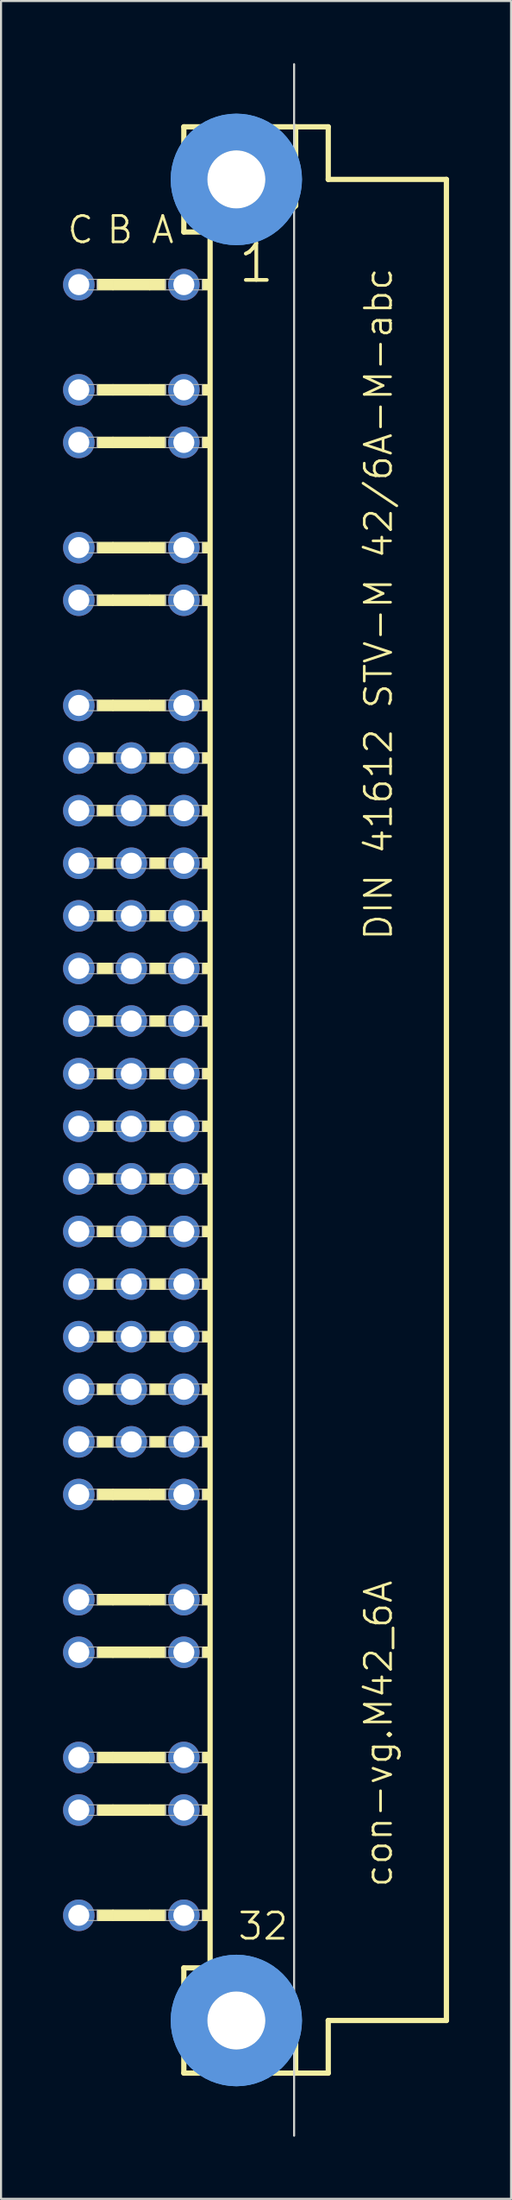
<source format=kicad_pcb>
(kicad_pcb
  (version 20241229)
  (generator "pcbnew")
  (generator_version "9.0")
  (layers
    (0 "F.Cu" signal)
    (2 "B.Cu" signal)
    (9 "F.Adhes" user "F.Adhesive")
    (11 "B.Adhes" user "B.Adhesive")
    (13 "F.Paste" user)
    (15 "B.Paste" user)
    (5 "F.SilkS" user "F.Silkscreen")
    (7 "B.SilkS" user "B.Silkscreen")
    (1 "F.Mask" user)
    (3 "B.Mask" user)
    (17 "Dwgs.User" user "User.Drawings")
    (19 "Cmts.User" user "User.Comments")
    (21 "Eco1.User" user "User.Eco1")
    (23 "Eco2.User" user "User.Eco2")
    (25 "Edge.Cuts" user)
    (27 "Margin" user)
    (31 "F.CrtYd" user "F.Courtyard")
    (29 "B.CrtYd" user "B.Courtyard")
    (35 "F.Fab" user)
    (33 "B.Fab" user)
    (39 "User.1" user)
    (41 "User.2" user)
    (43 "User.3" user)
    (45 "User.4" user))
  (footprint "con-vg.M42_6A"
    (layer "F.Cu")
    (at 8.382 50.063)
    (property "Reference" "con-vg.M42_6A" (at 7.62 38.1 90) (layer "F.SilkS") (effects (font (size 1.27 1.27) (thickness 0.13)) (justify left bottom)))
    (attr through_hole)
    (fp_line (start -2.54 -46.99) (end -2.54 -41.91) (stroke (width 0.254) (type default)) (layer "F.SilkS"))
    (fp_line (start -2.54 -41.91) (end -1.27 -41.91) (stroke (width 0.254) (type default)) (layer "F.SilkS"))
    (fp_line (start -2.54 41.91) (end -2.54 46.99) (stroke (width 0.254) (type default)) (layer "F.SilkS"))
    (fp_line (start -2.54 41.91) (end -1.27 41.91) (stroke (width 0.254) (type default)) (layer "F.SilkS"))
    (fp_line (start -2.54 46.99) (end 2.87 46.99) (stroke (width 0.254) (type default)) (layer "F.SilkS"))
    (fp_line (start -1.27 -41.91) (end -1.27 41.91) (stroke (width 0.254) (type default)) (layer "F.SilkS"))
    (fp_line (start -1.27 -41.91) (end 1.6 -41.91) (stroke (width 0.254) (type default)) (layer "F.SilkS"))
    (fp_line (start -1.27 41.91) (end 1.27 41.91) (stroke (width 0.254) (type default)) (layer "F.SilkS"))
    (fp_line (start 1.6 -41.91) (end 2.87 -43.18) (stroke (width 0.254) (type default)) (layer "F.SilkS"))
    (fp_line (start 2.87 -46.99) (end -2.54 -46.99) (stroke (width 0.254) (type default)) (layer "F.SilkS"))
    (fp_line (start 2.87 -43.18) (end 2.87 -46.99) (stroke (width 0.254) (type default)) (layer "F.SilkS"))
    (fp_line (start 2.87 43.51) (end 1.27 41.91) (stroke (width 0.254) (type default)) (layer "F.SilkS"))
    (fp_line (start 2.87 43.51) (end 2.87 46.99) (stroke (width 0.254) (type default)) (layer "F.SilkS"))
    (fp_line (start 2.87 46.99) (end 4.445 46.99) (stroke (width 0.254) (type default)) (layer "F.SilkS"))
    (fp_line (start 4.445 -46.99) (end 2.87 -46.99) (stroke (width 0.254) (type default)) (layer "F.SilkS"))
    (fp_line (start 4.445 -44.45) (end 4.445 -46.99) (stroke (width 0.254) (type default)) (layer "F.SilkS"))
    (fp_line (start 4.445 44.45) (end 10.16 44.45) (stroke (width 0.254) (type default)) (layer "F.SilkS"))
    (fp_line (start 4.445 46.99) (end 4.445 44.45) (stroke (width 0.254) (type default)) (layer "F.SilkS"))
    (fp_line (start 10.16 -44.45) (end 4.445 -44.45) (stroke (width 0.254) (type default)) (layer "F.SilkS"))
    (fp_line (start 10.16 44.45) (end 10.16 -44.45) (stroke (width 0.254) (type default)) (layer "F.SilkS"))
    (fp_rect (start -6.731 -39.116) (end -5.969 -39.624) (stroke (width 0.05) (type default)) (fill yes) (layer "F.SilkS"))
    (fp_rect (start -6.731 -34.036) (end -5.969 -34.544) (stroke (width 0.05) (type default)) (fill yes) (layer "F.SilkS"))
    (fp_rect (start -6.731 -31.496) (end -5.969 -32.004) (stroke (width 0.05) (type default)) (fill yes) (layer "F.SilkS"))
    (fp_rect (start -6.731 -26.416) (end -5.969 -26.924) (stroke (width 0.05) (type default)) (fill yes) (layer "F.SilkS"))
    (fp_rect (start -6.731 -23.876) (end -5.969 -24.384) (stroke (width 0.05) (type default)) (fill yes) (layer "F.SilkS"))
    (fp_rect (start -6.731 -18.796) (end -5.969 -19.304) (stroke (width 0.05) (type default)) (fill yes) (layer "F.SilkS"))
    (fp_rect (start -6.731 -16.256) (end -5.969 -16.764) (stroke (width 0.05) (type default)) (fill yes) (layer "F.SilkS"))
    (fp_rect (start -6.731 -13.716) (end -5.969 -14.224) (stroke (width 0.05) (type default)) (fill yes) (layer "F.SilkS"))
    (fp_rect (start -6.731 -11.176) (end -5.969 -11.684) (stroke (width 0.05) (type default)) (fill yes) (layer "F.SilkS"))
    (fp_rect (start -6.731 -8.636) (end -5.969 -9.144) (stroke (width 0.05) (type default)) (fill yes) (layer "F.SilkS"))
    (fp_rect (start -6.731 -6.096) (end -5.969 -6.604) (stroke (width 0.05) (type default)) (fill yes) (layer "F.SilkS"))
    (fp_rect (start -6.731 -3.556) (end -5.969 -4.064) (stroke (width 0.05) (type default)) (fill yes) (layer "F.SilkS"))
    (fp_rect (start -6.731 -1.016) (end -5.969 -1.524) (stroke (width 0.05) (type default)) (fill yes) (layer "F.SilkS"))
    (fp_rect (start -6.731 1.524) (end -5.969 1.016) (stroke (width 0.05) (type default)) (fill yes) (layer "F.SilkS"))
    (fp_rect (start -6.731 4.064) (end -5.969 3.556) (stroke (width 0.05) (type default)) (fill yes) (layer "F.SilkS"))
    (fp_rect (start -6.731 6.604) (end -5.969 6.096) (stroke (width 0.05) (type default)) (fill yes) (layer "F.SilkS"))
    (fp_rect (start -6.731 9.144) (end -5.969 8.636) (stroke (width 0.05) (type default)) (fill yes) (layer "F.SilkS"))
    (fp_rect (start -6.731 11.684) (end -5.969 11.176) (stroke (width 0.05) (type default)) (fill yes) (layer "F.SilkS"))
    (fp_rect (start -6.731 14.224) (end -5.969 13.716) (stroke (width 0.05) (type default)) (fill yes) (layer "F.SilkS"))
    (fp_rect (start -6.731 16.764) (end -5.969 16.256) (stroke (width 0.05) (type default)) (fill yes) (layer "F.SilkS"))
    (fp_rect (start -6.731 19.304) (end -5.969 18.796) (stroke (width 0.05) (type default)) (fill yes) (layer "F.SilkS"))
    (fp_rect (start -6.731 24.384) (end -5.969 23.876) (stroke (width 0.05) (type default)) (fill yes) (layer "F.SilkS"))
    (fp_rect (start -6.731 26.924) (end -5.969 26.416) (stroke (width 0.05) (type default)) (fill yes) (layer "F.SilkS"))
    (fp_rect (start -6.731 32.004) (end -5.969 31.496) (stroke (width 0.05) (type default)) (fill yes) (layer "F.SilkS"))
    (fp_rect (start -6.731 34.544) (end -5.969 34.036) (stroke (width 0.05) (type default)) (fill yes) (layer "F.SilkS"))
    (fp_rect (start -6.731 39.624) (end -5.969 39.116) (stroke (width 0.05) (type default)) (fill yes) (layer "F.SilkS"))
    (fp_rect (start -5.969 -39.116) (end -4.191 -39.624) (stroke (width 0.05) (type default)) (fill yes) (layer "F.SilkS"))
    (fp_rect (start -5.969 -34.036) (end -4.191 -34.544) (stroke (width 0.05) (type default)) (fill yes) (layer "F.SilkS"))
    (fp_rect (start -5.969 -31.496) (end -4.191 -32.004) (stroke (width 0.05) (type default)) (fill yes) (layer "F.SilkS"))
    (fp_rect (start -5.969 -26.416) (end -4.191 -26.924) (stroke (width 0.05) (type default)) (fill yes) (layer "F.SilkS"))
    (fp_rect (start -5.969 -23.876) (end -4.191 -24.384) (stroke (width 0.05) (type default)) (fill yes) (layer "F.SilkS"))
    (fp_rect (start -5.969 -18.796) (end -4.191 -19.304) (stroke (width 0.05) (type default)) (fill yes) (layer "F.SilkS"))
    (fp_rect (start -5.969 19.304) (end -4.191 18.796) (stroke (width 0.05) (type default)) (fill yes) (layer "F.SilkS"))
    (fp_rect (start -5.969 24.384) (end -4.191 23.876) (stroke (width 0.05) (type default)) (fill yes) (layer "F.SilkS"))
    (fp_rect (start -5.969 26.924) (end -4.191 26.416) (stroke (width 0.05) (type default)) (fill yes) (layer "F.SilkS"))
    (fp_rect (start -5.969 32.004) (end -4.191 31.496) (stroke (width 0.05) (type default)) (fill yes) (layer "F.SilkS"))
    (fp_rect (start -5.969 34.544) (end -4.191 34.036) (stroke (width 0.05) (type default)) (fill yes) (layer "F.SilkS"))
    (fp_rect (start -5.969 39.624) (end -4.191 39.116) (stroke (width 0.05) (type default)) (fill yes) (layer "F.SilkS"))
    (fp_rect (start -4.191 -39.116) (end -3.429 -39.624) (stroke (width 0.05) (type default)) (fill yes) (layer "F.SilkS"))
    (fp_rect (start -4.191 -34.036) (end -3.429 -34.544) (stroke (width 0.05) (type default)) (fill yes) (layer "F.SilkS"))
    (fp_rect (start -4.191 -31.496) (end -3.429 -32.004) (stroke (width 0.05) (type default)) (fill yes) (layer "F.SilkS"))
    (fp_rect (start -4.191 -26.416) (end -3.429 -26.924) (stroke (width 0.05) (type default)) (fill yes) (layer "F.SilkS"))
    (fp_rect (start -4.191 -23.876) (end -3.429 -24.384) (stroke (width 0.05) (type default)) (fill yes) (layer "F.SilkS"))
    (fp_rect (start -4.191 -18.796) (end -3.429 -19.304) (stroke (width 0.05) (type default)) (fill yes) (layer "F.SilkS"))
    (fp_rect (start -4.191 -16.256) (end -3.429 -16.764) (stroke (width 0.05) (type default)) (fill yes) (layer "F.SilkS"))
    (fp_rect (start -4.191 -13.716) (end -3.429 -14.224) (stroke (width 0.05) (type default)) (fill yes) (layer "F.SilkS"))
    (fp_rect (start -4.191 -11.176) (end -3.429 -11.684) (stroke (width 0.05) (type default)) (fill yes) (layer "F.SilkS"))
    (fp_rect (start -4.191 -8.636) (end -3.429 -9.144) (stroke (width 0.05) (type default)) (fill yes) (layer "F.SilkS"))
    (fp_rect (start -4.191 -6.096) (end -3.429 -6.604) (stroke (width 0.05) (type default)) (fill yes) (layer "F.SilkS"))
    (fp_rect (start -4.191 -3.556) (end -3.429 -4.064) (stroke (width 0.05) (type default)) (fill yes) (layer "F.SilkS"))
    (fp_rect (start -4.191 -1.016) (end -3.429 -1.524) (stroke (width 0.05) (type default)) (fill yes) (layer "F.SilkS"))
    (fp_rect (start -4.191 1.524) (end -3.429 1.016) (stroke (width 0.05) (type default)) (fill yes) (layer "F.SilkS"))
    (fp_rect (start -4.191 4.064) (end -3.429 3.556) (stroke (width 0.05) (type default)) (fill yes) (layer "F.SilkS"))
    (fp_rect (start -4.191 6.604) (end -3.429 6.096) (stroke (width 0.05) (type default)) (fill yes) (layer "F.SilkS"))
    (fp_rect (start -4.191 9.144) (end -3.429 8.636) (stroke (width 0.05) (type default)) (fill yes) (layer "F.SilkS"))
    (fp_rect (start -4.191 11.684) (end -3.429 11.176) (stroke (width 0.05) (type default)) (fill yes) (layer "F.SilkS"))
    (fp_rect (start -4.191 14.224) (end -3.429 13.716) (stroke (width 0.05) (type default)) (fill yes) (layer "F.SilkS"))
    (fp_rect (start -4.191 16.764) (end -3.429 16.256) (stroke (width 0.05) (type default)) (fill yes) (layer "F.SilkS"))
    (fp_rect (start -4.191 19.304) (end -3.429 18.796) (stroke (width 0.05) (type default)) (fill yes) (layer "F.SilkS"))
    (fp_rect (start -4.191 24.384) (end -3.429 23.876) (stroke (width 0.05) (type default)) (fill yes) (layer "F.SilkS"))
    (fp_rect (start -4.191 26.924) (end -3.429 26.416) (stroke (width 0.05) (type default)) (fill yes) (layer "F.SilkS"))
    (fp_rect (start -4.191 32.004) (end -3.429 31.496) (stroke (width 0.05) (type default)) (fill yes) (layer "F.SilkS"))
    (fp_rect (start -4.191 34.544) (end -3.429 34.036) (stroke (width 0.05) (type default)) (fill yes) (layer "F.SilkS"))
    (fp_rect (start -4.191 39.624) (end -3.429 39.116) (stroke (width 0.05) (type default)) (fill yes) (layer "F.SilkS"))
    (fp_rect (start -1.651 -39.116) (end -1.27 -39.624) (stroke (width 0.05) (type default)) (fill yes) (layer "F.SilkS"))
    (fp_rect (start -1.651 -34.036) (end -1.27 -34.544) (stroke (width 0.05) (type default)) (fill yes) (layer "F.SilkS"))
    (fp_rect (start -1.651 -31.496) (end -1.27 -32.004) (stroke (width 0.05) (type default)) (fill yes) (layer "F.SilkS"))
    (fp_rect (start -1.651 -26.416) (end -1.27 -26.924) (stroke (width 0.05) (type default)) (fill yes) (layer "F.SilkS"))
    (fp_rect (start -1.651 -23.876) (end -1.27 -24.384) (stroke (width 0.05) (type default)) (fill yes) (layer "F.SilkS"))
    (fp_rect (start -1.651 -18.796) (end -1.27 -19.304) (stroke (width 0.05) (type default)) (fill yes) (layer "F.SilkS"))
    (fp_rect (start -1.651 -16.256) (end -1.27 -16.764) (stroke (width 0.05) (type default)) (fill yes) (layer "F.SilkS"))
    (fp_rect (start -1.651 -13.716) (end -1.27 -14.224) (stroke (width 0.05) (type default)) (fill yes) (layer "F.SilkS"))
    (fp_rect (start -1.651 -11.176) (end -1.27 -11.684) (stroke (width 0.05) (type default)) (fill yes) (layer "F.SilkS"))
    (fp_rect (start -1.651 -8.636) (end -1.27 -9.144) (stroke (width 0.05) (type default)) (fill yes) (layer "F.SilkS"))
    (fp_rect (start -1.651 -6.096) (end -1.27 -6.604) (stroke (width 0.05) (type default)) (fill yes) (layer "F.SilkS"))
    (fp_rect (start -1.651 -3.556) (end -1.27 -4.064) (stroke (width 0.05) (type default)) (fill yes) (layer "F.SilkS"))
    (fp_rect (start -1.651 -1.016) (end -1.27 -1.524) (stroke (width 0.05) (type default)) (fill yes) (layer "F.SilkS"))
    (fp_rect (start -1.651 1.524) (end -1.27 1.016) (stroke (width 0.05) (type default)) (fill yes) (layer "F.SilkS"))
    (fp_rect (start -1.651 4.064) (end -1.27 3.556) (stroke (width 0.05) (type default)) (fill yes) (layer "F.SilkS"))
    (fp_rect (start -1.651 6.604) (end -1.27 6.096) (stroke (width 0.05) (type default)) (fill yes) (layer "F.SilkS"))
    (fp_rect (start -1.651 9.144) (end -1.27 8.636) (stroke (width 0.05) (type default)) (fill yes) (layer "F.SilkS"))
    (fp_rect (start -1.651 11.684) (end -1.27 11.176) (stroke (width 0.05) (type default)) (fill yes) (layer "F.SilkS"))
    (fp_rect (start -1.651 14.224) (end -1.27 13.716) (stroke (width 0.05) (type default)) (fill yes) (layer "F.SilkS"))
    (fp_rect (start -1.651 16.764) (end -1.27 16.256) (stroke (width 0.05) (type default)) (fill yes) (layer "F.SilkS"))
    (fp_rect (start -1.651 19.304) (end -1.27 18.796) (stroke (width 0.05) (type default)) (fill yes) (layer "F.SilkS"))
    (fp_rect (start -1.651 24.384) (end -1.27 23.876) (stroke (width 0.05) (type default)) (fill yes) (layer "F.SilkS"))
    (fp_rect (start -1.651 26.924) (end -1.27 26.416) (stroke (width 0.05) (type default)) (fill yes) (layer "F.SilkS"))
    (fp_rect (start -1.651 32.004) (end -1.27 31.496) (stroke (width 0.05) (type default)) (fill yes) (layer "F.SilkS"))
    (fp_rect (start -1.651 34.544) (end -1.27 34.036) (stroke (width 0.05) (type default)) (fill yes) (layer "F.SilkS"))
    (fp_rect (start -1.651 39.624) (end -1.27 39.116) (stroke (width 0.05) (type default)) (fill yes) (layer "F.SilkS"))
    (fp_circle (center 0 -44.45) (end 1.27 -44.45) (stroke (width 0.254) (type default)) (fill no) (layer "F.SilkS"))
    (fp_circle (center 0 44.45) (end 1.27 44.45) (stroke (width 0.254) (type default)) (fill no) (layer "F.SilkS"))
    (fp_circle (center 0 -44.45) (end 2.286 -44.45) (stroke (width 1.778) (type default)) (fill no) (layer "Cmts.User"))
    (fp_circle (center 0 -44.45) (end 2.286 -44.45) (stroke (width 1.778) (type default)) (fill no) (layer "Cmts.User"))
    (fp_circle (center 0 44.45) (end 2.286 44.45) (stroke (width 1.778) (type default)) (fill no) (layer "Cmts.User"))
    (fp_circle (center 0 44.45) (end 2.286 44.45) (stroke (width 1.778) (type default)) (fill no) (layer "Cmts.User"))
    (fp_line (start 2.794 50.013) (end 2.794 -50.013) (stroke (width 0.1) (type default)) (layer "Edge.Cuts"))
    (fp_rect (start -7.874 -39.116) (end -6.731 -39.624) (stroke (width 0.05) (type default)) (fill no) (layer "F.Fab"))
    (fp_rect (start -7.874 -34.036) (end -6.731 -34.544) (stroke (width 0.05) (type default)) (fill no) (layer "F.Fab"))
    (fp_rect (start -7.874 -31.496) (end -6.731 -32.004) (stroke (width 0.05) (type default)) (fill no) (layer "F.Fab"))
    (fp_rect (start -7.874 -26.416) (end -6.731 -26.924) (stroke (width 0.05) (type default)) (fill no) (layer "F.Fab"))
    (fp_rect (start -7.874 -23.876) (end -6.731 -24.384) (stroke (width 0.05) (type default)) (fill no) (layer "F.Fab"))
    (fp_rect (start -7.874 -18.796) (end -6.731 -19.304) (stroke (width 0.05) (type default)) (fill no) (layer "F.Fab"))
    (fp_rect (start -7.874 -16.256) (end -6.731 -16.764) (stroke (width 0.05) (type default)) (fill no) (layer "F.Fab"))
    (fp_rect (start -7.874 -13.716) (end -6.731 -14.224) (stroke (width 0.05) (type default)) (fill no) (layer "F.Fab"))
    (fp_rect (start -7.874 -11.176) (end -6.731 -11.684) (stroke (width 0.05) (type default)) (fill no) (layer "F.Fab"))
    (fp_rect (start -7.874 -8.636) (end -6.731 -9.144) (stroke (width 0.05) (type default)) (fill no) (layer "F.Fab"))
    (fp_rect (start -7.874 -6.096) (end -6.731 -6.604) (stroke (width 0.05) (type default)) (fill no) (layer "F.Fab"))
    (fp_rect (start -7.874 -3.556) (end -6.731 -4.064) (stroke (width 0.05) (type default)) (fill no) (layer "F.Fab"))
    (fp_rect (start -7.874 -1.016) (end -6.731 -1.524) (stroke (width 0.05) (type default)) (fill no) (layer "F.Fab"))
    (fp_rect (start -7.874 1.524) (end -6.731 1.016) (stroke (width 0.05) (type default)) (fill no) (layer "F.Fab"))
    (fp_rect (start -7.874 4.064) (end -6.731 3.556) (stroke (width 0.05) (type default)) (fill no) (layer "F.Fab"))
    (fp_rect (start -7.874 6.604) (end -6.731 6.096) (stroke (width 0.05) (type default)) (fill no) (layer "F.Fab"))
    (fp_rect (start -7.874 9.144) (end -6.731 8.636) (stroke (width 0.05) (type default)) (fill no) (layer "F.Fab"))
    (fp_rect (start -7.874 11.684) (end -6.731 11.176) (stroke (width 0.05) (type default)) (fill no) (layer "F.Fab"))
    (fp_rect (start -7.874 14.224) (end -6.731 13.716) (stroke (width 0.05) (type default)) (fill no) (layer "F.Fab"))
    (fp_rect (start -7.874 16.764) (end -6.731 16.256) (stroke (width 0.05) (type default)) (fill no) (layer "F.Fab"))
    (fp_rect (start -7.874 19.304) (end -6.731 18.796) (stroke (width 0.05) (type default)) (fill no) (layer "F.Fab"))
    (fp_rect (start -7.874 24.384) (end -6.731 23.876) (stroke (width 0.05) (type default)) (fill no) (layer "F.Fab"))
    (fp_rect (start -7.874 26.924) (end -6.731 26.416) (stroke (width 0.05) (type default)) (fill no) (layer "F.Fab"))
    (fp_rect (start -7.874 32.004) (end -6.731 31.496) (stroke (width 0.05) (type default)) (fill no) (layer "F.Fab"))
    (fp_rect (start -7.874 34.544) (end -6.731 34.036) (stroke (width 0.05) (type default)) (fill no) (layer "F.Fab"))
    (fp_rect (start -7.874 39.624) (end -6.731 39.116) (stroke (width 0.05) (type default)) (fill no) (layer "F.Fab"))
    (fp_rect (start -5.969 -16.256) (end -4.191 -16.764) (stroke (width 0.05) (type default)) (fill no) (layer "F.Fab"))
    (fp_rect (start -5.969 -13.716) (end -4.191 -14.224) (stroke (width 0.05) (type default)) (fill no) (layer "F.Fab"))
    (fp_rect (start -5.969 -11.176) (end -4.191 -11.684) (stroke (width 0.05) (type default)) (fill no) (layer "F.Fab"))
    (fp_rect (start -5.969 -8.636) (end -4.191 -9.144) (stroke (width 0.05) (type default)) (fill no) (layer "F.Fab"))
    (fp_rect (start -5.969 -6.096) (end -4.191 -6.604) (stroke (width 0.05) (type default)) (fill no) (layer "F.Fab"))
    (fp_rect (start -5.969 -3.556) (end -4.191 -4.064) (stroke (width 0.05) (type default)) (fill no) (layer "F.Fab"))
    (fp_rect (start -5.969 -1.016) (end -4.191 -1.524) (stroke (width 0.05) (type default)) (fill no) (layer "F.Fab"))
    (fp_rect (start -5.969 1.524) (end -4.191 1.016) (stroke (width 0.05) (type default)) (fill no) (layer "F.Fab"))
    (fp_rect (start -5.969 4.064) (end -4.191 3.556) (stroke (width 0.05) (type default)) (fill no) (layer "F.Fab"))
    (fp_rect (start -5.969 6.604) (end -4.191 6.096) (stroke (width 0.05) (type default)) (fill no) (layer "F.Fab"))
    (fp_rect (start -5.969 9.144) (end -4.191 8.636) (stroke (width 0.05) (type default)) (fill no) (layer "F.Fab"))
    (fp_rect (start -5.969 11.684) (end -4.191 11.176) (stroke (width 0.05) (type default)) (fill no) (layer "F.Fab"))
    (fp_rect (start -5.969 14.224) (end -4.191 13.716) (stroke (width 0.05) (type default)) (fill no) (layer "F.Fab"))
    (fp_rect (start -5.969 16.764) (end -4.191 16.256) (stroke (width 0.05) (type default)) (fill no) (layer "F.Fab"))
    (fp_rect (start -3.429 -39.116) (end -1.651 -39.624) (stroke (width 0.05) (type default)) (fill no) (layer "F.Fab"))
    (fp_rect (start -3.429 -34.036) (end -1.651 -34.544) (stroke (width 0.05) (type default)) (fill no) (layer "F.Fab"))
    (fp_rect (start -3.429 -31.496) (end -1.651 -32.004) (stroke (width 0.05) (type default)) (fill no) (layer "F.Fab"))
    (fp_rect (start -3.429 -26.416) (end -1.651 -26.924) (stroke (width 0.05) (type default)) (fill no) (layer "F.Fab"))
    (fp_rect (start -3.429 -23.876) (end -1.651 -24.384) (stroke (width 0.05) (type default)) (fill no) (layer "F.Fab"))
    (fp_rect (start -3.429 -18.796) (end -1.651 -19.304) (stroke (width 0.05) (type default)) (fill no) (layer "F.Fab"))
    (fp_rect (start -3.429 -16.256) (end -1.651 -16.764) (stroke (width 0.05) (type default)) (fill no) (layer "F.Fab"))
    (fp_rect (start -3.429 -13.716) (end -1.651 -14.224) (stroke (width 0.05) (type default)) (fill no) (layer "F.Fab"))
    (fp_rect (start -3.429 -11.176) (end -1.651 -11.684) (stroke (width 0.05) (type default)) (fill no) (layer "F.Fab"))
    (fp_rect (start -3.429 -8.636) (end -1.651 -9.144) (stroke (width 0.05) (type default)) (fill no) (layer "F.Fab"))
    (fp_rect (start -3.429 -6.096) (end -1.651 -6.604) (stroke (width 0.05) (type default)) (fill no) (layer "F.Fab"))
    (fp_rect (start -3.429 -3.556) (end -1.651 -4.064) (stroke (width 0.05) (type default)) (fill no) (layer "F.Fab"))
    (fp_rect (start -3.429 -1.016) (end -1.651 -1.524) (stroke (width 0.05) (type default)) (fill no) (layer "F.Fab"))
    (fp_rect (start -3.429 1.524) (end -1.651 1.016) (stroke (width 0.05) (type default)) (fill no) (layer "F.Fab"))
    (fp_rect (start -3.429 4.064) (end -1.651 3.556) (stroke (width 0.05) (type default)) (fill no) (layer "F.Fab"))
    (fp_rect (start -3.429 6.604) (end -1.651 6.096) (stroke (width 0.05) (type default)) (fill no) (layer "F.Fab"))
    (fp_rect (start -3.429 9.144) (end -1.651 8.636) (stroke (width 0.05) (type default)) (fill no) (layer "F.Fab"))
    (fp_rect (start -3.429 11.684) (end -1.651 11.176) (stroke (width 0.05) (type default)) (fill no) (layer "F.Fab"))
    (fp_rect (start -3.429 14.224) (end -1.651 13.716) (stroke (width 0.05) (type default)) (fill no) (layer "F.Fab"))
    (fp_rect (start -3.429 16.764) (end -1.651 16.256) (stroke (width 0.05) (type default)) (fill no) (layer "F.Fab"))
    (fp_rect (start -3.429 19.304) (end -1.651 18.796) (stroke (width 0.05) (type default)) (fill no) (layer "F.Fab"))
    (fp_rect (start -3.429 24.384) (end -1.651 23.876) (stroke (width 0.05) (type default)) (fill no) (layer "F.Fab"))
    (fp_rect (start -3.429 26.924) (end -1.651 26.416) (stroke (width 0.05) (type default)) (fill no) (layer "F.Fab"))
    (fp_rect (start -3.429 32.004) (end -1.651 31.496) (stroke (width 0.05) (type default)) (fill no) (layer "F.Fab"))
    (fp_rect (start -3.429 34.544) (end -1.651 34.036) (stroke (width 0.05) (type default)) (fill no) (layer "F.Fab"))
    (fp_rect (start -3.429 39.624) (end -1.651 39.116) (stroke (width 0.05) (type default)) (fill no) (layer "F.Fab"))
    (fp_text user "32" (at 0 40.64 0) (layer "F.SilkS") (effects (font (size 1.27 1.27) (thickness 0.13)) (justify left bottom)))
    (fp_text user "DIN 41612 STV-M 42/6A-M-abc" (at 7.62 -7.62 90) (layer "F.SilkS") (effects (font (size 1.27 1.27) (thickness 0.13)) (justify left bottom)))
    (fp_text user "A" (at -4.191 -41.275 0) (layer "F.SilkS") (effects (font (size 1.27 1.27) (thickness 0.13)) (justify left bottom)))
    (fp_text user "1" (at 0 -39.37 0) (layer "F.SilkS") (effects (font (size 1.778 1.778) (thickness 0.18)) (justify left bottom)))
    (fp_text user "B" (at -6.35 -41.275 0) (layer "F.SilkS") (effects (font (size 1.27 1.27) (thickness 0.13)) (justify left bottom)))
    (fp_text user "C" (at -8.255 -41.275 0) (layer "F.SilkS") (effects (font (size 1.27 1.27) (thickness 0.13)) (justify left bottom)))
    (pad "" np_thru_hole circle (at 0 -44.45) (size 2.8 2.8) (drill 2.8) (layers "*.Cu" "*.Mask"))
    (pad "" np_thru_hole circle (at 0 44.45) (size 2.8 2.8) (drill 2.8) (layers "*.Cu" "*.Mask"))
    (pad "A1" thru_hole circle (at -2.54 -39.37) (size 1.524 1.524) (drill 1.016) (layers "*.Cu" "*.Mask"))
    (pad "A3" thru_hole circle (at -2.54 -34.29) (size 1.524 1.524) (drill 1.016) (layers "*.Cu" "*.Mask"))
    (pad "A4" thru_hole circle (at -2.54 -31.75) (size 1.524 1.524) (drill 1.016) (layers "*.Cu" "*.Mask"))
    (pad "A6" thru_hole circle (at -2.54 -26.67) (size 1.524 1.524) (drill 1.016) (layers "*.Cu" "*.Mask"))
    (pad "A7" thru_hole circle (at -2.54 -24.13) (size 1.524 1.524) (drill 1.016) (layers "*.Cu" "*.Mask"))
    (pad "A9" thru_hole circle (at -2.54 -19.05) (size 1.524 1.524) (drill 1.016) (layers "*.Cu" "*.Mask"))
    (pad "A10" thru_hole circle (at -2.54 -16.51) (size 1.524 1.524) (drill 1.016) (layers "*.Cu" "*.Mask"))
    (pad "A11" thru_hole circle (at -2.54 -13.97) (size 1.524 1.524) (drill 1.016) (layers "*.Cu" "*.Mask"))
    (pad "A12" thru_hole circle (at -2.54 -11.43) (size 1.524 1.524) (drill 1.016) (layers "*.Cu" "*.Mask"))
    (pad "A13" thru_hole circle (at -2.54 -8.89) (size 1.524 1.524) (drill 1.016) (layers "*.Cu" "*.Mask"))
    (pad "A14" thru_hole circle (at -2.54 -6.35) (size 1.524 1.524) (drill 1.016) (layers "*.Cu" "*.Mask"))
    (pad "A15" thru_hole circle (at -2.54 -3.81) (size 1.524 1.524) (drill 1.016) (layers "*.Cu" "*.Mask"))
    (pad "A16" thru_hole circle (at -2.54 -1.27) (size 1.524 1.524) (drill 1.016) (layers "*.Cu" "*.Mask"))
    (pad "A17" thru_hole circle (at -2.54 1.27) (size 1.524 1.524) (drill 1.016) (layers "*.Cu" "*.Mask"))
    (pad "A18" thru_hole circle (at -2.54 3.81) (size 1.524 1.524) (drill 1.016) (layers "*.Cu" "*.Mask"))
    (pad "A19" thru_hole circle (at -2.54 6.35) (size 1.524 1.524) (drill 1.016) (layers "*.Cu" "*.Mask"))
    (pad "A20" thru_hole circle (at -2.54 8.89) (size 1.524 1.524) (drill 1.016) (layers "*.Cu" "*.Mask"))
    (pad "A21" thru_hole circle (at -2.54 11.43) (size 1.524 1.524) (drill 1.016) (layers "*.Cu" "*.Mask"))
    (pad "A22" thru_hole circle (at -2.54 13.97) (size 1.524 1.524) (drill 1.016) (layers "*.Cu" "*.Mask"))
    (pad "A23" thru_hole circle (at -2.54 16.51) (size 1.524 1.524) (drill 1.016) (layers "*.Cu" "*.Mask"))
    (pad "A24" thru_hole circle (at -2.54 19.05) (size 1.524 1.524) (drill 1.016) (layers "*.Cu" "*.Mask"))
    (pad "A26" thru_hole circle (at -2.54 24.13) (size 1.524 1.524) (drill 1.016) (layers "*.Cu" "*.Mask"))
    (pad "A27" thru_hole circle (at -2.54 26.67) (size 1.524 1.524) (drill 1.016) (layers "*.Cu" "*.Mask"))
    (pad "A29" thru_hole circle (at -2.54 31.75) (size 1.524 1.524) (drill 1.016) (layers "*.Cu" "*.Mask"))
    (pad "A30" thru_hole circle (at -2.54 34.29) (size 1.524 1.524) (drill 1.016) (layers "*.Cu" "*.Mask"))
    (pad "A32" thru_hole circle (at -2.54 39.37) (size 1.524 1.524) (drill 1.016) (layers "*.Cu" "*.Mask"))
    (pad "B10" thru_hole circle (at -5.08 -16.51) (size 1.524 1.524) (drill 1.016) (layers "*.Cu" "*.Mask"))
    (pad "B11" thru_hole circle (at -5.08 -13.97) (size 1.524 1.524) (drill 1.016) (layers "*.Cu" "*.Mask"))
    (pad "B12" thru_hole circle (at -5.08 -11.43) (size 1.524 1.524) (drill 1.016) (layers "*.Cu" "*.Mask"))
    (pad "B13" thru_hole circle (at -5.08 -8.89) (size 1.524 1.524) (drill 1.016) (layers "*.Cu" "*.Mask"))
    (pad "B14" thru_hole circle (at -5.08 -6.35) (size 1.524 1.524) (drill 1.016) (layers "*.Cu" "*.Mask"))
    (pad "B15" thru_hole circle (at -5.08 -3.81) (size 1.524 1.524) (drill 1.016) (layers "*.Cu" "*.Mask"))
    (pad "B16" thru_hole circle (at -5.08 -1.27) (size 1.524 1.524) (drill 1.016) (layers "*.Cu" "*.Mask"))
    (pad "B17" thru_hole circle (at -5.08 1.27) (size 1.524 1.524) (drill 1.016) (layers "*.Cu" "*.Mask"))
    (pad "B18" thru_hole circle (at -5.08 3.81) (size 1.524 1.524) (drill 1.016) (layers "*.Cu" "*.Mask"))
    (pad "B19" thru_hole circle (at -5.08 6.35) (size 1.524 1.524) (drill 1.016) (layers "*.Cu" "*.Mask"))
    (pad "B20" thru_hole circle (at -5.08 8.89) (size 1.524 1.524) (drill 1.016) (layers "*.Cu" "*.Mask"))
    (pad "B21" thru_hole circle (at -5.08 11.43) (size 1.524 1.524) (drill 1.016) (layers "*.Cu" "*.Mask"))
    (pad "B22" thru_hole circle (at -5.08 13.97) (size 1.524 1.524) (drill 1.016) (layers "*.Cu" "*.Mask"))
    (pad "B23" thru_hole circle (at -5.08 16.51) (size 1.524 1.524) (drill 1.016) (layers "*.Cu" "*.Mask"))
    (pad "C1" thru_hole circle (at -7.62 -39.37) (size 1.524 1.524) (drill 1.016) (layers "*.Cu" "*.Mask"))
    (pad "C3" thru_hole circle (at -7.62 -34.29) (size 1.524 1.524) (drill 1.016) (layers "*.Cu" "*.Mask"))
    (pad "C4" thru_hole circle (at -7.62 -31.75) (size 1.524 1.524) (drill 1.016) (layers "*.Cu" "*.Mask"))
    (pad "C6" thru_hole circle (at -7.62 -26.67) (size 1.524 1.524) (drill 1.016) (layers "*.Cu" "*.Mask"))
    (pad "C7" thru_hole circle (at -7.62 -24.13) (size 1.524 1.524) (drill 1.016) (layers "*.Cu" "*.Mask"))
    (pad "C9" thru_hole circle (at -7.62 -19.05) (size 1.524 1.524) (drill 1.016) (layers "*.Cu" "*.Mask"))
    (pad "C10" thru_hole circle (at -7.62 -16.51) (size 1.524 1.524) (drill 1.016) (layers "*.Cu" "*.Mask"))
    (pad "C11" thru_hole circle (at -7.62 -13.97) (size 1.524 1.524) (drill 1.016) (layers "*.Cu" "*.Mask"))
    (pad "C12" thru_hole circle (at -7.62 -11.43) (size 1.524 1.524) (drill 1.016) (layers "*.Cu" "*.Mask"))
    (pad "C13" thru_hole circle (at -7.62 -8.89) (size 1.524 1.524) (drill 1.016) (layers "*.Cu" "*.Mask"))
    (pad "C14" thru_hole circle (at -7.62 -6.35) (size 1.524 1.524) (drill 1.016) (layers "*.Cu" "*.Mask"))
    (pad "C15" thru_hole circle (at -7.62 -3.81) (size 1.524 1.524) (drill 1.016) (layers "*.Cu" "*.Mask"))
    (pad "C16" thru_hole circle (at -7.62 -1.27) (size 1.524 1.524) (drill 1.016) (layers "*.Cu" "*.Mask"))
    (pad "C17" thru_hole circle (at -7.62 1.27) (size 1.524 1.524) (drill 1.016) (layers "*.Cu" "*.Mask"))
    (pad "C18" thru_hole circle (at -7.62 3.81) (size 1.524 1.524) (drill 1.016) (layers "*.Cu" "*.Mask"))
    (pad "C19" thru_hole circle (at -7.62 6.35) (size 1.524 1.524) (drill 1.016) (layers "*.Cu" "*.Mask"))
    (pad "C20" thru_hole circle (at -7.62 8.89) (size 1.524 1.524) (drill 1.016) (layers "*.Cu" "*.Mask"))
    (pad "C21" thru_hole circle (at -7.62 11.43) (size 1.524 1.524) (drill 1.016) (layers "*.Cu" "*.Mask"))
    (pad "C22" thru_hole circle (at -7.62 13.97) (size 1.524 1.524) (drill 1.016) (layers "*.Cu" "*.Mask"))
    (pad "C23" thru_hole circle (at -7.62 16.51) (size 1.524 1.524) (drill 1.016) (layers "*.Cu" "*.Mask"))
    (pad "C24" thru_hole circle (at -7.62 19.05) (size 1.524 1.524) (drill 1.016) (layers "*.Cu" "*.Mask"))
    (pad "C26" thru_hole circle (at -7.62 24.13) (size 1.524 1.524) (drill 1.016) (layers "*.Cu" "*.Mask"))
    (pad "C27" thru_hole circle (at -7.62 26.67) (size 1.524 1.524) (drill 1.016) (layers "*.Cu" "*.Mask"))
    (pad "C29" thru_hole circle (at -7.62 31.75) (size 1.524 1.524) (drill 1.016) (layers "*.Cu" "*.Mask"))
    (pad "C30" thru_hole circle (at -7.62 34.29) (size 1.524 1.524) (drill 1.016) (layers "*.Cu" "*.Mask"))
    (pad "C32" thru_hole circle (at -7.62 39.37) (size 1.524 1.524) (drill 1.016) (layers "*.Cu" "*.Mask")))
  (gr_rect
    (start -3 -3)
    (end 21.669 103.125)
    (stroke (width 0.1) (type default))
    (fill no)
    (layer "Edge.Cuts")))
</source>
